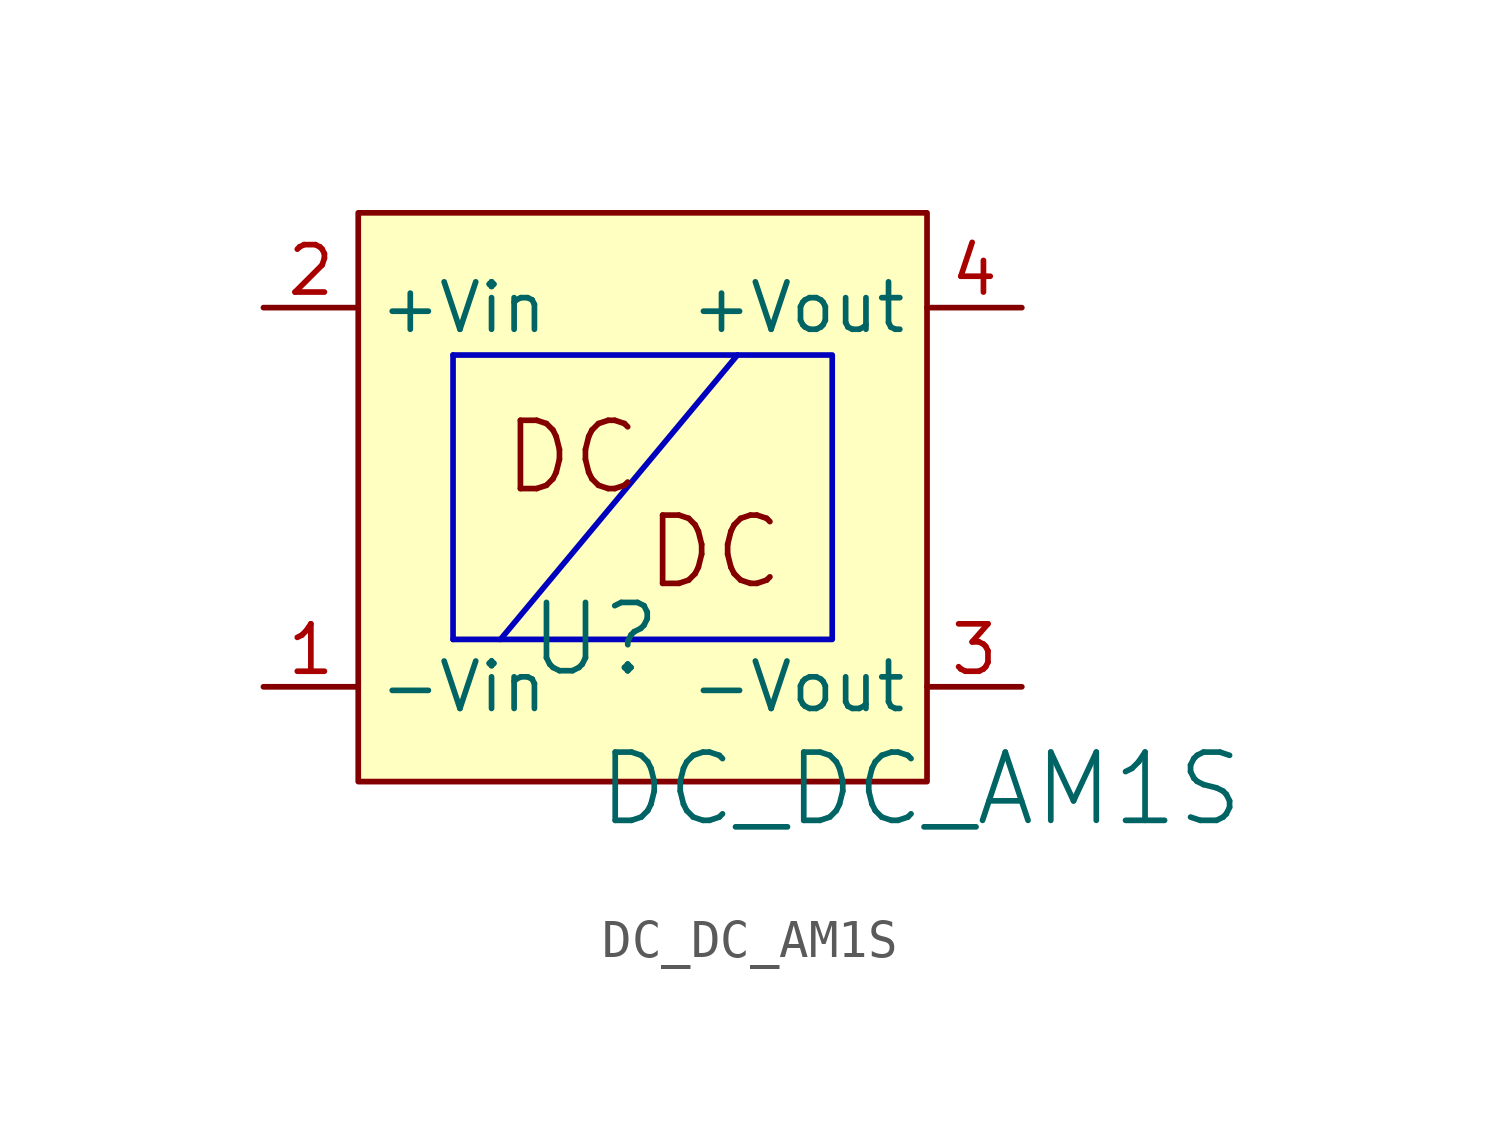
<source format=kicad_sym>
(kicad_symbol_lib
  (version 20241209)
  (generator "kicad_symbol_editor")
  (generator_version "9.0")
  (symbol "DC_DC_AM1S"
    (property "Reference" "U"
      (at -1.27 1.27 0)
      (effects (font (size 1.829 1.829))))
    (property "Value" "DC_DC_AM1S"
      (at -1.27 -3.81 0)
      (effects (font (size 1.829 1.829)) (justify left bottom)))
    (symbol "DC_DC_AM1S_1_0"
      (polyline (pts (xy -7.62 -2.54) (xy -7.62 12.7) (xy 7.62 12.7) (xy 7.62 -2.54) (xy -7.62 -2.54)) (stroke (width 0) (type solid)) (fill (type none)))
      (polyline (pts (xy -5.08 8.89) (xy -5.08 1.27)) (stroke (width 0) (type solid) (color 0 0 191 1)) (fill (type none)))
      (polyline (pts (xy -5.08 8.89) (xy 5.08 8.89) (xy 5.08 1.27) (xy -5.08 1.27)) (stroke (width 0) (type solid) (color 0 0 191 1)) (fill (type none)))
      (polyline (pts (xy -3.81 1.27) (xy 2.54 8.89)) (stroke (width 0) (type solid) (color 0 0 191 1)) (fill (type none)))
      (rectangle (start 7.62 12.7) (end -7.62 -2.54) (stroke (width 0.025) (type solid) (color 128 0 0 1)) (fill (type background)))
      (text "DC" (at -3.81 5.08 0) (effects (font (size 1.829 1.829)) (justify left bottom)))
      (text "DC" (at 0 2.54 0) (effects (font (size 1.829 1.829)) (justify left bottom)))
      (pin passive line (at -10.16 10.16 0) (length 2.54) (name "+Vin" (effects (font (size 1.27 1.27)))) (number "2" (effects (font (size 1.27 1.27)))))
      (pin passive line (at -10.16 0 0) (length 2.54) (name "-Vin" (effects (font (size 1.27 1.27)))) (number "1" (effects (font (size 1.27 1.27)))))
      (pin passive line (at 10.16 10.16 180) (length 2.54) (name "+Vout" (effects (font (size 1.27 1.27)))) (number "4" (effects (font (size 1.27 1.27)))))
      (pin passive line (at 10.16 0 180) (length 2.54) (name "-Vout" (effects (font (size 1.27 1.27)))) (number "3" (effects (font (size 1.27 1.27))))))))
</source>
